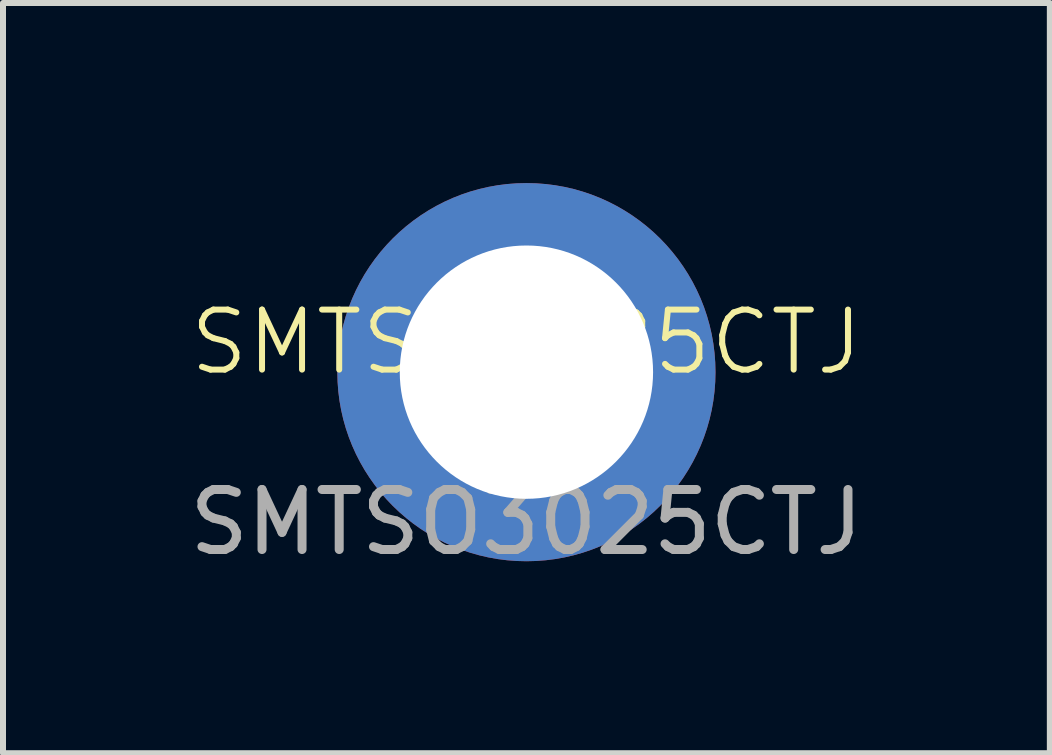
<source format=kicad_pcb>
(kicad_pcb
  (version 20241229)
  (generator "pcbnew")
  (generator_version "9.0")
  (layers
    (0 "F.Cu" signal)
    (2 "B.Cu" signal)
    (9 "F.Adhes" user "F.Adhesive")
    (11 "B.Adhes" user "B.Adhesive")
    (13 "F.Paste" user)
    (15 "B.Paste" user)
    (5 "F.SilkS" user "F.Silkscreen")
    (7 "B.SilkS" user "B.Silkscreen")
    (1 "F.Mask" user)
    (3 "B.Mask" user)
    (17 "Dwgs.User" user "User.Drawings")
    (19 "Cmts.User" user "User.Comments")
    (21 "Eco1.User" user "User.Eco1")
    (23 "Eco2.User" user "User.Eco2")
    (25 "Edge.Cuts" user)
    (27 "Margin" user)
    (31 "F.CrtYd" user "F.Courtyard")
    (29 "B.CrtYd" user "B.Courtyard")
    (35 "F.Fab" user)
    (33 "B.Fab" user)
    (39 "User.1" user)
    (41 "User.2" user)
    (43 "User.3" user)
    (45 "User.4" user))
  (footprint "SMTSO3025CTJ"
    (layer "F.Cu")
    (at 5.72 3.15)
    (property "Reference" "SMTSO3025CTJ" (at 0 -0.5 0) (unlocked yes) (layer "F.SilkS") (effects (font (size 1 1) (thickness 0.1))))
    (attr smd)
    (fp_poly (pts (arc (start -3 0.2) (mid -2.126029 2.126029) (end -0.2 3)) (arc (start -0.2 2.2) (mid -1.56205 1.56205) (end -2.2 0.2))) (stroke (width 0) (type solid)) (fill yes) (layer "F.Paste"))
    (fp_poly (pts (arc (start -0.2 -3) (mid -2.126029 -2.126029) (end -3 -0.2)) (arc (start -2.2 -0.2) (mid -1.56205 -1.56205) (end -0.2 -2.2))) (stroke (width 0) (type solid)) (fill yes) (layer "F.Paste"))
    (fp_poly (pts (arc (start 0.2 3) (mid 2.126029 2.126029) (end 3 0.2)) (arc (start 2.2 0.2) (mid 1.56205 1.56205) (end 0.2 2.2))) (stroke (width 0) (type solid)) (fill yes) (layer "F.Paste"))
    (fp_poly (pts (arc (start 3 -0.2) (mid 2.126029 -2.126029) (end 0.2 -3)) (arc (start 0.2 -2.2) (mid 1.56205 -1.56205) (end 2.2 -0.2))) (stroke (width 0) (type solid)) (fill yes) (layer "F.Paste"))
    (fp_text user "${REFERENCE}" (at 0 2.5 0) (unlocked yes) (layer "F.Fab") (effects (font (size 1 1) (thickness 0.15))))
    (pad "1" thru_hole circle (at 0 0) (size 6.3 6.3) (drill 4.22) (layers "*.Cu" "F.Mask")))
  (gr_rect
    (start -3 -3)
    (end 14.44 9.498)
    (stroke (width 0.1) (type default))
    (fill no)
    (layer "Edge.Cuts")))
</source>
